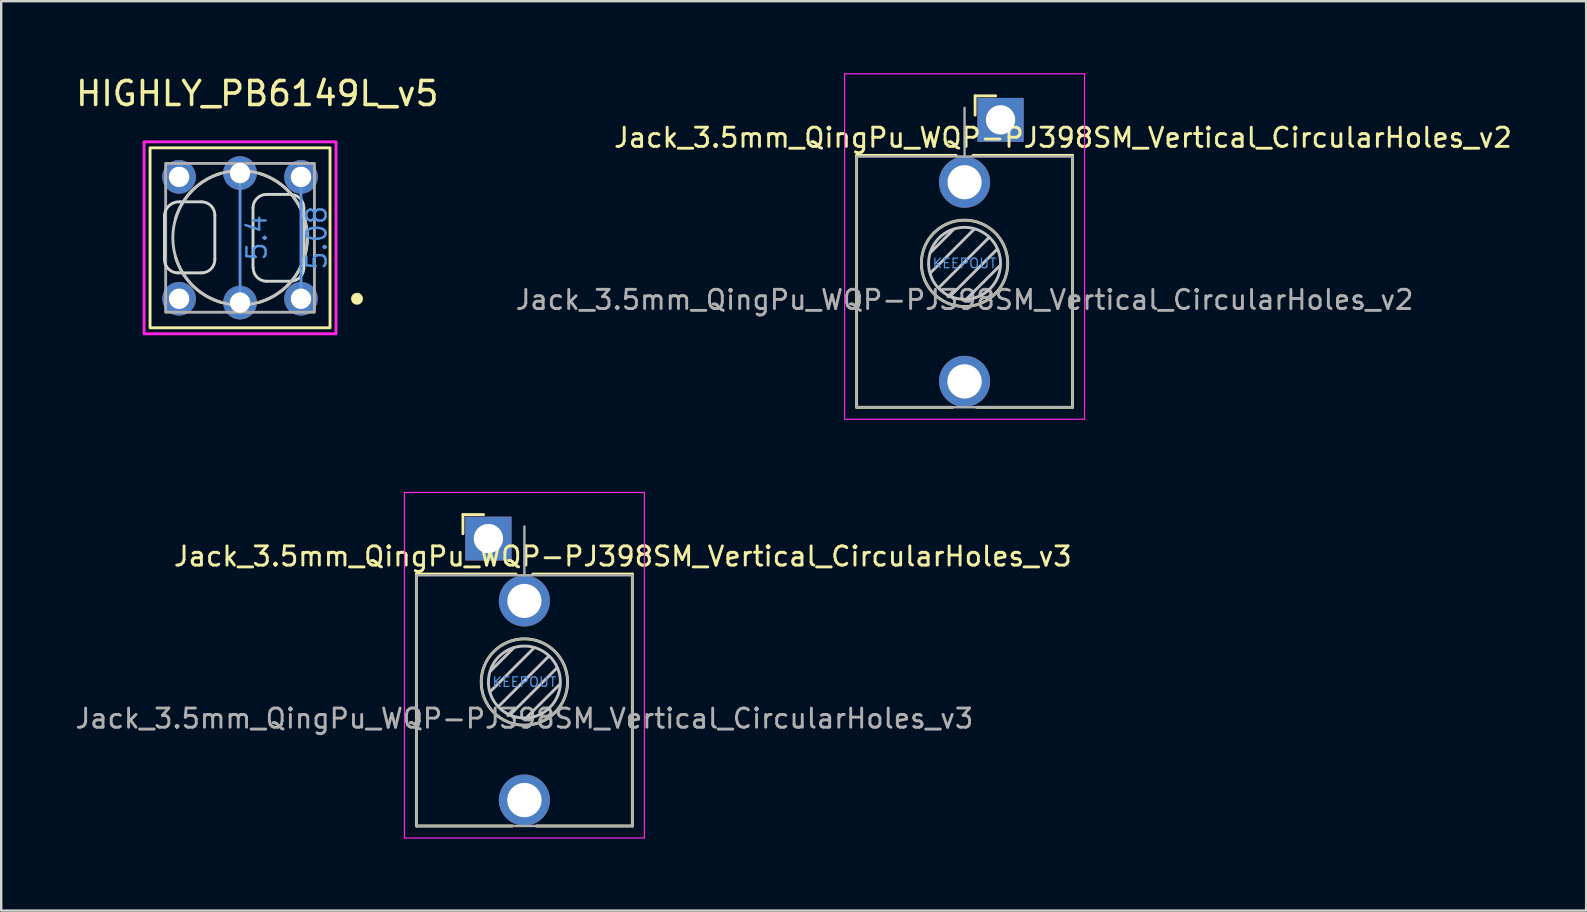
<source format=kicad_pcb>
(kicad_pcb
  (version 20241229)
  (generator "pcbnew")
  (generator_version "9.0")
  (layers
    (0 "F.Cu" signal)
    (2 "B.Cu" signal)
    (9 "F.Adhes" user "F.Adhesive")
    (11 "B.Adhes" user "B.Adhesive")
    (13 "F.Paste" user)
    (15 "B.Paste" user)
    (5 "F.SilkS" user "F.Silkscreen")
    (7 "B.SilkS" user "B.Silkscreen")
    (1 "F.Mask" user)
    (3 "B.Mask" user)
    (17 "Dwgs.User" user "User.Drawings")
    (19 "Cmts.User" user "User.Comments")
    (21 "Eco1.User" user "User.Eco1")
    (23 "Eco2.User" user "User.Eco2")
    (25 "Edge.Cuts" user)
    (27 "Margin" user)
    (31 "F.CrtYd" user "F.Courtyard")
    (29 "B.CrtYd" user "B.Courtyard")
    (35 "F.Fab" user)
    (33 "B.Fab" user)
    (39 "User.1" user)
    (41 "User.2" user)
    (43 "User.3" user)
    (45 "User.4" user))
  (footprint "Jack_3.5mm_QingPu_WQP-PJ398SM_Vertical_CircularHoles_v2"
    (layer "F.Cu")
    (at 37.15 1.445)
    (property "Reference" "Jack_3.5mm_QingPu_WQP-PJ398SM_Vertical_CircularHoles_v2" (at 4.101 1.242 180) (layer "F.SilkS") (effects (font (size 0.8 0.8) (thickness 0.12))))
    (attr through_hole)
    (fp_line (start -4.5 1.98) (end -4.5 12.48) (stroke (width 0.12) (type solid)) (layer "F.SilkS"))
    (fp_line (start -0.5 12.48) (end -4.5 12.48) (stroke (width 0.12) (type solid)) (layer "F.SilkS"))
    (fp_line (start -0.35 1.98) (end -4.5 1.98) (stroke (width 0.12) (type solid)) (layer "F.SilkS"))
    (fp_line (start 0.44 -0.5) (end 0.44 0.3) (stroke (width 0.12) (type solid)) (layer "F.SilkS"))
    (fp_line (start 0.44 -0.5) (end 1.3 -0.5) (stroke (width 0.12) (type solid)) (layer "F.SilkS"))
    (fp_line (start 4.5 1.98) (end 0.35 1.98) (stroke (width 0.12) (type solid)) (layer "F.SilkS"))
    (fp_line (start 4.5 1.98) (end 4.5 12.48) (stroke (width 0.12) (type solid)) (layer "F.SilkS"))
    (fp_line (start 4.5 12.48) (end 0.5 12.48) (stroke (width 0.12) (type solid)) (layer "F.SilkS"))
    (fp_circle (center 0 6.48) (end 1.8 6.48) (stroke (width 0.12) (type solid)) (fill no) (layer "F.SilkS"))
    (fp_line (start -1.42 6.875) (end 0.4 5.06) (stroke (width 0.12) (type solid)) (layer "Dwgs.User"))
    (fp_line (start -1.41 6.02) (end -0.46 5.07) (stroke (width 0.12) (type solid)) (layer "Dwgs.User"))
    (fp_line (start -1.07 7.49) (end 1.01 5.41) (stroke (width 0.12) (type solid)) (layer "Dwgs.User"))
    (fp_line (start -0.58 7.83) (end 1.36 5.89) (stroke (width 0.12) (type solid)) (layer "Dwgs.User"))
    (fp_line (start 0.09 7.96) (end 1.48 6.57) (stroke (width 0.12) (type solid)) (layer "Dwgs.User"))
    (fp_circle (center 0 6.48) (end 1.5 6.48) (stroke (width 0.12) (type solid)) (fill no) (layer "Dwgs.User"))
    (fp_line (start -5 12.98) (end -5 -1.42) (stroke (width 0.05) (type solid)) (layer "F.CrtYd"))
    (fp_line (start 5 -1.42) (end -5 -1.42) (stroke (width 0.05) (type solid)) (layer "F.CrtYd"))
    (fp_line (start 5 12.98) (end -5 12.98) (stroke (width 0.05) (type solid)) (layer "F.CrtYd"))
    (fp_line (start 5 12.98) (end 5 -1.42) (stroke (width 0.05) (type solid)) (layer "F.CrtYd"))
    (fp_line (start -4.5 12.48) (end -4.5 2.08) (stroke (width 0.1) (type solid)) (layer "F.Fab"))
    (fp_line (start 0 0) (end 0 2.03) (stroke (width 0.1) (type solid)) (layer "F.Fab"))
    (fp_line (start 4.5 2.03) (end -4.5 2.03) (stroke (width 0.1) (type solid)) (layer "F.Fab"))
    (fp_line (start 4.5 12.48) (end -4.5 12.48) (stroke (width 0.1) (type solid)) (layer "F.Fab"))
    (fp_line (start 4.5 12.48) (end 4.5 2.08) (stroke (width 0.1) (type solid)) (layer "F.Fab"))
    (fp_circle (center 0 6.48) (end 1.8 6.48) (stroke (width 0.1) (type solid)) (fill no) (layer "F.Fab"))
    (fp_text user "KEEPOUT" (at 0 6.48 180) (layer "Cmts.User") (effects (font (size 0.4 0.4) (thickness 0.051))))
    (fp_text user "${REFERENCE}" (at 0 8 180) (layer "F.Fab") (effects (font (size 0.8 0.8) (thickness 0.12))))
    (pad "S" thru_hole rect (at 1.5 0.5 180) (size 1.93 1.83) (drill 1.22) (layers "*.Cu" "*.Mask"))
    (pad "T" thru_hole circle (at 0 11.4 180) (size 2.13 2.13) (drill 1.43) (layers "*.Cu" "*.Mask"))
    (pad "TN" thru_hole circle (at 0 3.1 180) (size 2.13 2.13) (drill 1.42) (layers "*.Cu" "*.Mask")))
  (footprint "HIGHLY_PB6149L_v5"
    (layer "F.Cu")
    (at 6.954 6.862)
    (property "Reference" "HIGHLY_PB6149L_v5" (at 0.719 -6.014 0) (unlocked yes) (layer "F.SilkS") (effects (font (size 1 1) (thickness 0.15))))
    (attr through_hole)
    (fp_rect (start -3.75 -3.75) (end 3.75 3.75) (stroke (width 0.12) (type solid)) (fill no) (layer "F.SilkS"))
    (fp_arc (start -2.692399 -0.7874) (mid -1.9861 -1.981015) (end -0.7943 -2.690372) (stroke (width 0.12) (type solid)) (layer "F.SilkS"))
    (fp_arc (start -0.7874 2.692399) (mid -1.981015 1.9861) (end -2.690372 0.7943) (stroke (width 0.12) (type solid)) (layer "F.SilkS"))
    (fp_arc (start 0.7874 -2.692399) (mid 2.805173 -0.003596) (end 0.7943 2.690372) (stroke (width 0.12) (type solid)) (layer "F.SilkS"))
    (fp_circle (center 4.875 2.54) (end 5 2.54) (stroke (width 0.25) (type solid)) (fill no) (layer "F.SilkS"))
    (fp_circle (center 0 0) (end 2.8 0) (stroke (width 0.12) (type solid)) (fill no) (layer "Dwgs.User"))
    (fp_line (start 0 -2.7) (end 0 2.7) (stroke (width 0.12) (type solid)) (layer "Cmts.User"))
    (fp_line (start 2.54 -2.54) (end 2.54 2.54) (stroke (width 0.12) (type solid)) (layer "Cmts.User"))
    (fp_line (start -3.15 -0.94) (end -3.15 0.9) (stroke (width 0.12) (type solid)) (layer "Edge.Cuts"))
    (fp_line (start -2.5 -1.5) (end -1.6 -1.5) (stroke (width 0.12) (type solid)) (layer "Edge.Cuts"))
    (fp_line (start -1.6 1.46) (end -2.6 1.46) (stroke (width 0.12) (type solid)) (layer "Edge.Cuts"))
    (fp_line (start -1.05 -0.94) (end -1.05 0.9) (stroke (width 0.12) (type solid)) (layer "Edge.Cuts"))
    (fp_line (start 0.54 -1.25) (end 0.54 1.25) (stroke (width 0.12) (type solid)) (layer "Edge.Cuts"))
    (fp_line (start 1.11 -1.81) (end 2.1 -1.81) (stroke (width 0.12) (type solid)) (layer "Edge.Cuts"))
    (fp_line (start 2.1 1.81) (end 1.1 1.81) (stroke (width 0.12) (type solid)) (layer "Edge.Cuts"))
    (fp_line (start 2.66 -1.25) (end 2.66 1.25) (stroke (width 0.12) (type solid)) (layer "Edge.Cuts"))
    (fp_arc (start -3.15 -0.94) (mid -2.94098 -1.354619) (end -2.5 -1.5) (stroke (width 0.12) (type solid)) (layer "Edge.Cuts"))
    (fp_arc (start -2.59 1.46) (mid -2.98598 1.29598) (end -3.15 0.9) (stroke (width 0.12) (type solid)) (layer "Edge.Cuts"))
    (fp_arc (start -1.6 -1.5) (mid -1.20902 -1.333909) (end -1.05 -0.94) (stroke (width 0.12) (type solid)) (layer "Edge.Cuts"))
    (fp_arc (start -1.05 0.9) (mid -1.20902 1.293909) (end -1.6 1.46) (stroke (width 0.12) (type solid)) (layer "Edge.Cuts"))
    (fp_arc (start 0.54 -1.25) (mid 0.70902 -1.648051) (end 1.11 -1.81) (stroke (width 0.12) (type solid)) (layer "Edge.Cuts"))
    (fp_arc (start 1.1 1.81) (mid 0.70902 1.643909) (end 0.55 1.25) (stroke (width 0.12) (type solid)) (layer "Edge.Cuts"))
    (fp_arc (start 2.1 -1.81) (mid 2.49598 -1.64598) (end 2.66 -1.25) (stroke (width 0.12) (type solid)) (layer "Edge.Cuts"))
    (fp_arc (start 2.66 1.25) (mid 2.49598 1.64598) (end 2.1 1.81) (stroke (width 0.12) (type solid)) (layer "Edge.Cuts"))
    (fp_rect (start -4 -4) (end 4 4) (stroke (width 0.12) (type solid)) (fill no) (layer "F.CrtYd"))
    (fp_rect (start -3.1 -3.1) (end 3.1 3.1) (stroke (width 0.12) (type solid)) (fill no) (layer "F.Fab"))
    (fp_text user "5.4" (at 0.7 0 90) (unlocked yes) (layer "Cmts.User") (effects (font (size 0.8 0.8) (thickness 0.1))))
    (fp_text user "5.08" (at 3.2 0 90) (unlocked yes) (layer "Cmts.User") (effects (font (size 0.8 0.8) (thickness 0.1))))
    (pad "1" thru_hole oval (at 2.54 2.54) (size 1.4 1.4) (drill oval 0.85) (layers "*.Cu" "*.Mask"))
    (pad "2" thru_hole oval (at 2.54 -2.54) (size 1.4 1.4) (drill oval 0.85) (layers "*.Cu" "*.Mask"))
    (pad "3" thru_hole oval (at -2.54 2.54) (size 1.4 1.4) (drill oval 0.85) (layers "*.Cu" "*.Mask"))
    (pad "4" thru_hole oval (at -2.54 -2.54) (size 1.4 1.4) (drill oval 0.85) (layers "*.Cu" "*.Mask"))
    (pad "L1" thru_hole circle (at 0 2.7) (size 1.4 1.4) (drill 0.85) (layers "*.Cu" "*.Mask"))
    (pad "L2" thru_hole circle (at 0 -2.7) (size 1.4 1.4) (drill 0.85) (layers "*.Cu" "*.Mask")))
  (footprint "Jack_3.5mm_QingPu_WQP-PJ398SM_Vertical_CircularHoles_v3"
    (layer "F.Cu")
    (at 18.805 18.895)
    (property "Reference" "Jack_3.5mm_QingPu_WQP-PJ398SM_Vertical_CircularHoles_v3" (at 4.101 1.242 180) (layer "F.SilkS") (effects (font (size 0.8 0.8) (thickness 0.12))))
    (attr through_hole)
    (fp_line (start -4.5 1.98) (end -4.5 12.48) (stroke (width 0.12) (type solid)) (layer "F.SilkS"))
    (fp_line (start -2.56 -0.5) (end -2.56 0.3) (stroke (width 0.12) (type solid)) (layer "F.SilkS"))
    (fp_line (start -2.56 -0.5) (end -1.7 -0.5) (stroke (width 0.12) (type solid)) (layer "F.SilkS"))
    (fp_line (start -0.5 12.48) (end -4.5 12.48) (stroke (width 0.12) (type solid)) (layer "F.SilkS"))
    (fp_line (start -0.35 1.98) (end -4.5 1.98) (stroke (width 0.12) (type solid)) (layer "F.SilkS"))
    (fp_line (start 4.5 1.98) (end 0.35 1.98) (stroke (width 0.12) (type solid)) (layer "F.SilkS"))
    (fp_line (start 4.5 1.98) (end 4.5 12.48) (stroke (width 0.12) (type solid)) (layer "F.SilkS"))
    (fp_line (start 4.5 12.48) (end 0.5 12.48) (stroke (width 0.12) (type solid)) (layer "F.SilkS"))
    (fp_circle (center 0 6.48) (end 1.8 6.48) (stroke (width 0.12) (type solid)) (fill no) (layer "F.SilkS"))
    (fp_line (start -1.42 6.875) (end 0.4 5.06) (stroke (width 0.12) (type solid)) (layer "Dwgs.User"))
    (fp_line (start -1.41 6.02) (end -0.46 5.07) (stroke (width 0.12) (type solid)) (layer "Dwgs.User"))
    (fp_line (start -1.07 7.49) (end 1.01 5.41) (stroke (width 0.12) (type solid)) (layer "Dwgs.User"))
    (fp_line (start -0.58 7.83) (end 1.36 5.89) (stroke (width 0.12) (type solid)) (layer "Dwgs.User"))
    (fp_line (start 0.09 7.96) (end 1.48 6.57) (stroke (width 0.12) (type solid)) (layer "Dwgs.User"))
    (fp_circle (center 0 6.48) (end 1.5 6.48) (stroke (width 0.12) (type solid)) (fill no) (layer "Dwgs.User"))
    (fp_line (start -5 12.98) (end -5 -1.42) (stroke (width 0.05) (type solid)) (layer "F.CrtYd"))
    (fp_line (start 5 -1.42) (end -5 -1.42) (stroke (width 0.05) (type solid)) (layer "F.CrtYd"))
    (fp_line (start 5 12.98) (end -5 12.98) (stroke (width 0.05) (type solid)) (layer "F.CrtYd"))
    (fp_line (start 5 12.98) (end 5 -1.42) (stroke (width 0.05) (type solid)) (layer "F.CrtYd"))
    (fp_line (start -4.5 12.48) (end -4.5 2.08) (stroke (width 0.1) (type solid)) (layer "F.Fab"))
    (fp_line (start 0 0) (end 0 2.03) (stroke (width 0.1) (type solid)) (layer "F.Fab"))
    (fp_line (start 4.5 2.03) (end -4.5 2.03) (stroke (width 0.1) (type solid)) (layer "F.Fab"))
    (fp_line (start 4.5 12.48) (end -4.5 12.48) (stroke (width 0.1) (type solid)) (layer "F.Fab"))
    (fp_line (start 4.5 12.48) (end 4.5 2.08) (stroke (width 0.1) (type solid)) (layer "F.Fab"))
    (fp_circle (center 0 6.48) (end 1.8 6.48) (stroke (width 0.1) (type solid)) (fill no) (layer "F.Fab"))
    (fp_text user "KEEPOUT" (at 0 6.48 180) (layer "Cmts.User") (effects (font (size 0.4 0.4) (thickness 0.051))))
    (fp_text user "${REFERENCE}" (at 0 8 180) (layer "F.Fab") (effects (font (size 0.8 0.8) (thickness 0.12))))
    (pad "S" thru_hole rect (at -1.5 0.5 180) (size 1.93 1.83) (drill 1.22) (layers "*.Cu" "*.Mask"))
    (pad "T" thru_hole circle (at 0 11.4 180) (size 2.13 2.13) (drill 1.43) (layers "*.Cu" "*.Mask"))
    (pad "TN" thru_hole circle (at 0 3.1 180) (size 2.13 2.13) (drill 1.42) (layers "*.Cu" "*.Mask")))
  (gr_rect
    (start -3 -3)
    (end 63.056 34.9)
    (stroke (width 0.1) (type default))
    (fill no)
    (layer "Edge.Cuts")))
</source>
